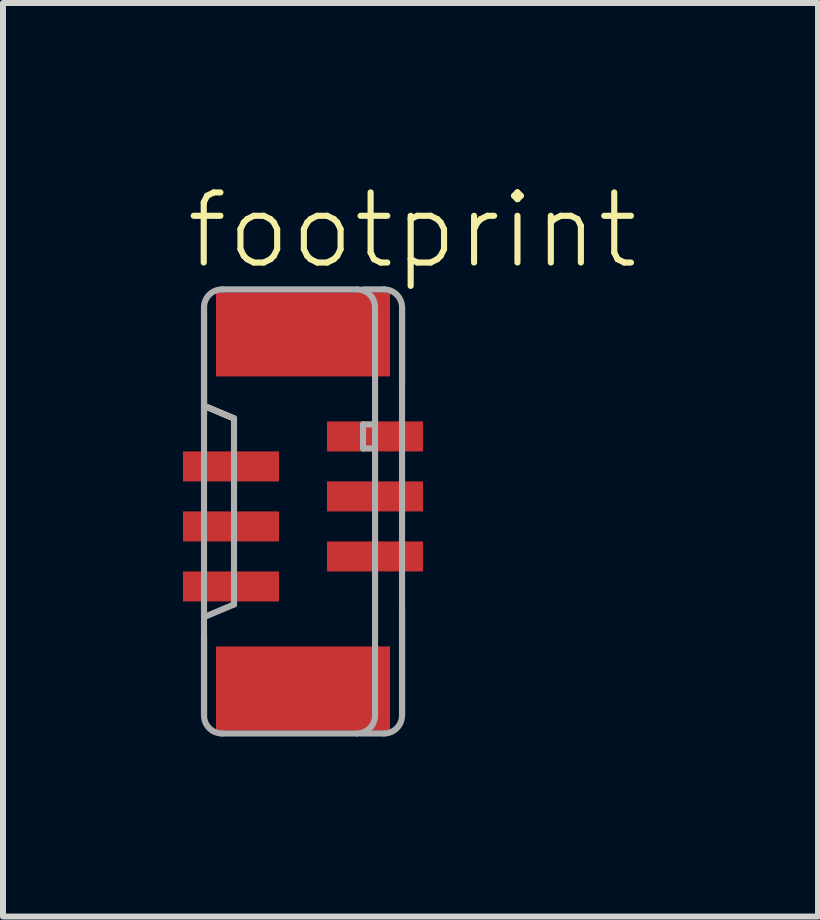
<source format=kicad_pcb>
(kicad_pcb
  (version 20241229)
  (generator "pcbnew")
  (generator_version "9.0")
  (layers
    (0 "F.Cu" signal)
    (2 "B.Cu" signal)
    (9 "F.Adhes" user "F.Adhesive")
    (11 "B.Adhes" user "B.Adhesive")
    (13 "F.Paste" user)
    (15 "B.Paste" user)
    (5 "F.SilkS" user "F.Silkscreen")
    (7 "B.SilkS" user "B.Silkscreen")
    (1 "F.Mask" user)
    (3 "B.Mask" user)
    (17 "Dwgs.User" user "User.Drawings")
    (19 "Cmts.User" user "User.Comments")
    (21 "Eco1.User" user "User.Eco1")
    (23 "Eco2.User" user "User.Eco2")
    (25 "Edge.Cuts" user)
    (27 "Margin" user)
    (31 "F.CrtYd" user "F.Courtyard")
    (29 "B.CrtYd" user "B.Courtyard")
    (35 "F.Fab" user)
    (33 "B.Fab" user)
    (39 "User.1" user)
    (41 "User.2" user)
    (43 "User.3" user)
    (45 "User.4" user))
  (footprint "footprint"
    (layer "F.Cu")
    (at 2 5.473)
    (property "Reference" "footprint" (at -2 -4 0) (layer "F.SilkS") (effects (font (size 1.168 1.168) (thickness 0.102)) (justify left bottom)))
    (fp_line (start -1.65 -3.4) (end -1.65 -1.6) (stroke (width 0.102) (type solid)) (layer "F.SilkS"))
    (fp_line (start -1.65 2.1) (end -1.65 3.4) (stroke (width 0.102) (type solid)) (layer "F.SilkS"))
    (fp_line (start -1.625 -1.75) (end -1.15 -1.55) (stroke (width 0.102) (type solid)) (layer "F.SilkS"))
    (fp_line (start 1.65 -2.1) (end 1.65 -3.4) (stroke (width 0.102) (type solid)) (layer "F.SilkS"))
    (fp_line (start 1.65 3.4) (end 1.65 1.6) (stroke (width 0.102) (type solid)) (layer "F.SilkS"))
    (fp_line (start -1.65 -3.4) (end -1.65 3.4) (stroke (width 0.102) (type solid)) (layer "F.Fab"))
    (fp_line (start -1.625 -1.75) (end -1.15 -1.55) (stroke (width 0.102) (type solid)) (layer "F.Fab"))
    (fp_line (start -1.35 3.7) (end 0.9 3.7) (stroke (width 0.102) (type solid)) (layer "F.Fab"))
    (fp_line (start -1.15 -1.55) (end -1.15 1.55) (stroke (width 0.102) (type solid)) (layer "F.Fab"))
    (fp_line (start -1.15 1.55) (end -1.625 1.75) (stroke (width 0.102) (type solid)) (layer "F.Fab"))
    (fp_line (start 0.9 -3.7) (end -1.35 -3.7) (stroke (width 0.102) (type solid)) (layer "F.Fab"))
    (fp_line (start 0.975 3.7) (end 1.35 3.7) (stroke (width 0.102) (type solid)) (layer "F.Fab"))
    (fp_line (start 1 -3.7) (end 1.35 -3.7) (stroke (width 0.102) (type solid)) (layer "F.Fab"))
    (fp_line (start 1 -1.45) (end 1 -1.05) (stroke (width 0.102) (type solid)) (layer "F.Fab"))
    (fp_line (start 1 -1.05) (end 1.15 -1.05) (stroke (width 0.102) (type solid)) (layer "F.Fab"))
    (fp_line (start 1.15 -1.45) (end 1 -1.45) (stroke (width 0.102) (type solid)) (layer "F.Fab"))
    (fp_line (start 1.2 3.4) (end 1.2 -3.4) (stroke (width 0.102) (type solid)) (layer "F.Fab"))
    (fp_line (start 1.65 3.4) (end 1.65 -3.4) (stroke (width 0.102) (type solid)) (layer "F.Fab"))
    (fp_arc (start -1.65 -3.4) (mid -1.562132 -3.612132) (end -1.35 -3.7) (stroke (width 0.1016) (type solid)) (layer "F.Fab"))
    (fp_arc (start -1.35 3.7) (mid -1.562132 3.612132) (end -1.65 3.4) (stroke (width 0.1016) (type solid)) (layer "F.Fab"))
    (fp_arc (start 0.9 -3.7) (mid 1.112132 -3.612132) (end 1.2 -3.4) (stroke (width 0.1016) (type solid)) (layer "F.Fab"))
    (fp_arc (start 1.2 3.4) (mid 1.112132 3.612132) (end 0.9 3.7) (stroke (width 0.1016) (type solid)) (layer "F.Fab"))
    (fp_arc (start 1.35 -3.7) (mid 1.562132 -3.612132) (end 1.65 -3.4) (stroke (width 0.1016) (type solid)) (layer "F.Fab"))
    (fp_arc (start 1.65 3.4) (mid 1.562132 3.612132) (end 1.35 3.7) (stroke (width 0.1016) (type solid)) (layer "F.Fab"))
    (pad "1" smd rect (at 1.2 -1.25 270) (size 0.5 1.6) (layers "F.Cu" "F.Mask" "F.Paste"))
    (pad "2" smd rect (at -1.2 -0.75 90) (size 0.5 1.6) (layers "F.Cu" "F.Mask" "F.Paste"))
    (pad "3" smd rect (at 1.2 -0.25 270) (size 0.5 1.6) (layers "F.Cu" "F.Mask" "F.Paste"))
    (pad "4" smd rect (at -1.2 0.25 90) (size 0.5 1.6) (layers "F.Cu" "F.Mask" "F.Paste"))
    (pad "5" smd rect (at 1.2 0.75 270) (size 0.5 1.6) (layers "F.Cu" "F.Mask" "F.Paste"))
    (pad "6" smd rect (at -1.2 1.25 90) (size 0.5 1.6) (layers "F.Cu" "F.Mask" "F.Paste"))
    (pad "M1" smd rect (at 0 -2.95 270) (size 1.4 2.9) (layers "F.Cu" "F.Mask" "F.Paste"))
    (pad "M2" smd rect (at 0 2.95 270) (size 1.4 2.9) (layers "F.Cu" "F.Mask" "F.Paste")))
  (gr_rect
    (start -3 -3)
    (end 10.582 12.224)
    (stroke (width 0.1) (type default))
    (fill no)
    (layer "Edge.Cuts")))
</source>
